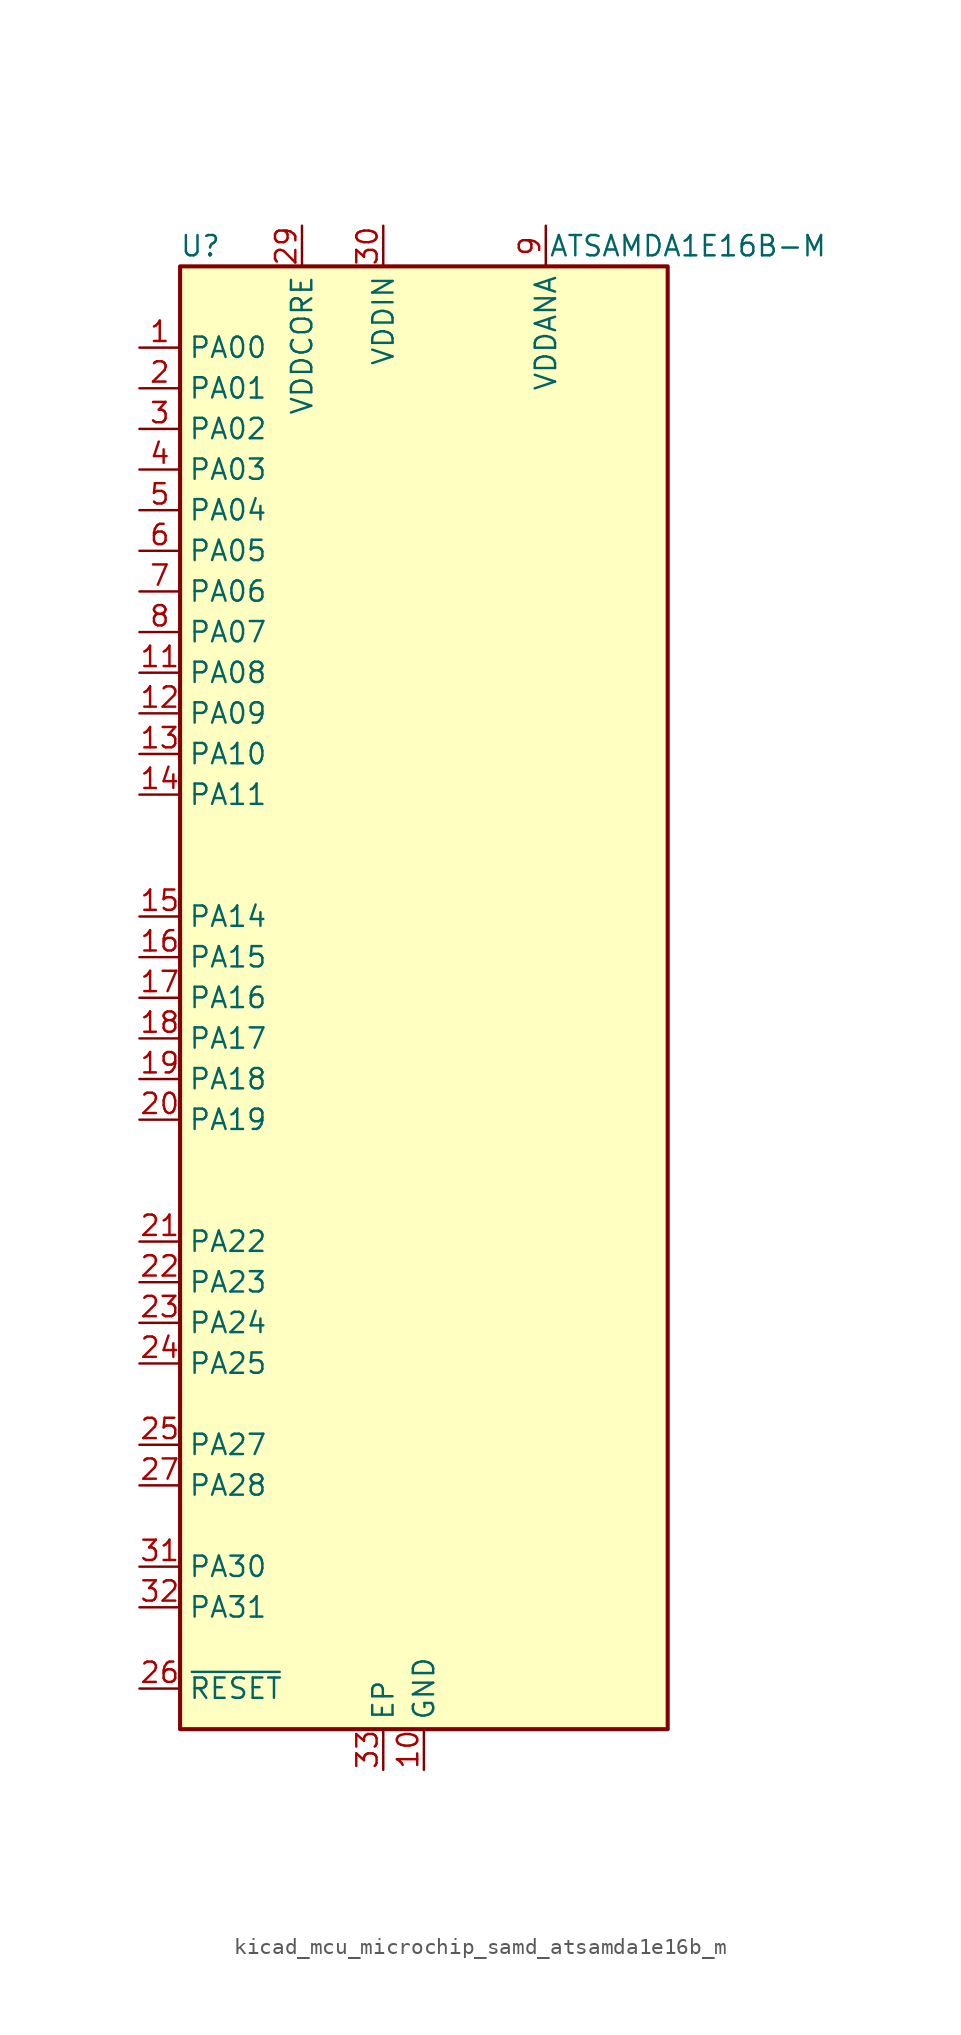
<source format=kicad_sym>
(kicad_symbol_lib
  (version 20220914)
  (generator kicad_symbol_editor)
  (symbol "kicad_mcu_microchip_samd_atsamda1e16b_m"
    (property "Reference" "U"
      (at -13.97 46.99 0)
      (effects (font (size 1.27 1.27))))
    (property "Value" "ATSAMDA1E16B-M"
      (at 16.51 46.99 0)
      (effects (font (size 1.27 1.27))))
    (symbol "kicad_mcu_microchip_samd_atsamda1e16b_m_1_1"
      (rectangle (start -15.24 45.72) (end 15.24 -45.72) (stroke (width 0.254) (type default)) (fill (type background)))
      (pin bidirectional line (at -17.78 40.64 0) (length 2.54) (name "PA00" (effects (font (size 1.27 1.27)))) (number "1" (effects (font (size 1.27 1.27)))))
      (pin power_in line (at 0 -48.26 90) (length 2.54) (name "GND" (effects (font (size 1.27 1.27)))) (number "10" (effects (font (size 1.27 1.27)))))
      (pin bidirectional line (at -17.78 20.32 0) (length 2.54) (name "PA08" (effects (font (size 1.27 1.27)))) (number "11" (effects (font (size 1.27 1.27)))))
      (pin bidirectional line (at -17.78 17.78 0) (length 2.54) (name "PA09" (effects (font (size 1.27 1.27)))) (number "12" (effects (font (size 1.27 1.27)))))
      (pin bidirectional line (at -17.78 15.24 0) (length 2.54) (name "PA10" (effects (font (size 1.27 1.27)))) (number "13" (effects (font (size 1.27 1.27)))))
      (pin bidirectional line (at -17.78 12.7 0) (length 2.54) (name "PA11" (effects (font (size 1.27 1.27)))) (number "14" (effects (font (size 1.27 1.27)))))
      (pin bidirectional line (at -17.78 5.08 0) (length 2.54) (name "PA14" (effects (font (size 1.27 1.27)))) (number "15" (effects (font (size 1.27 1.27)))))
      (pin bidirectional line (at -17.78 2.54 0) (length 2.54) (name "PA15" (effects (font (size 1.27 1.27)))) (number "16" (effects (font (size 1.27 1.27)))))
      (pin bidirectional line (at -17.78 0 0) (length 2.54) (name "PA16" (effects (font (size 1.27 1.27)))) (number "17" (effects (font (size 1.27 1.27)))))
      (pin bidirectional line (at -17.78 -2.54 0) (length 2.54) (name "PA17" (effects (font (size 1.27 1.27)))) (number "18" (effects (font (size 1.27 1.27)))))
      (pin bidirectional line (at -17.78 -5.08 0) (length 2.54) (name "PA18" (effects (font (size 1.27 1.27)))) (number "19" (effects (font (size 1.27 1.27)))))
      (pin bidirectional line (at -17.78 38.1 0) (length 2.54) (name "PA01" (effects (font (size 1.27 1.27)))) (number "2" (effects (font (size 1.27 1.27)))))
      (pin bidirectional line (at -17.78 -7.62 0) (length 2.54) (name "PA19" (effects (font (size 1.27 1.27)))) (number "20" (effects (font (size 1.27 1.27)))))
      (pin bidirectional line (at -17.78 -15.24 0) (length 2.54) (name "PA22" (effects (font (size 1.27 1.27)))) (number "21" (effects (font (size 1.27 1.27)))))
      (pin bidirectional line (at -17.78 -17.78 0) (length 2.54) (name "PA23" (effects (font (size 1.27 1.27)))) (number "22" (effects (font (size 1.27 1.27)))))
      (pin bidirectional line (at -17.78 -20.32 0) (length 2.54) (name "PA24" (effects (font (size 1.27 1.27)))) (number "23" (effects (font (size 1.27 1.27)))))
      (pin bidirectional line (at -17.78 -22.86 0) (length 2.54) (name "PA25" (effects (font (size 1.27 1.27)))) (number "24" (effects (font (size 1.27 1.27)))))
      (pin bidirectional line (at -17.78 -27.94 0) (length 2.54) (name "PA27" (effects (font (size 1.27 1.27)))) (number "25" (effects (font (size 1.27 1.27)))))
      (pin input line (at -17.78 -43.18 0) (length 2.54) (name "~{RESET}" (effects (font (size 1.27 1.27)))) (number "26" (effects (font (size 1.27 1.27)))))
      (pin bidirectional line (at -17.78 -30.48 0) (length 2.54) (name "PA28" (effects (font (size 1.27 1.27)))) (number "27" (effects (font (size 1.27 1.27)))))
      (pin passive line (at 0 -48.26 90) (length 2.54) hide (name "GND" (effects (font (size 1.27 1.27)))) (number "28" (effects (font (size 1.27 1.27)))))
      (pin power_out line (at -7.62 48.26 270) (length 2.54) (name "VDDCORE" (effects (font (size 1.27 1.27)))) (number "29" (effects (font (size 1.27 1.27)))))
      (pin bidirectional line (at -17.78 35.56 0) (length 2.54) (name "PA02" (effects (font (size 1.27 1.27)))) (number "3" (effects (font (size 1.27 1.27)))))
      (pin power_in line (at -2.54 48.26 270) (length 2.54) (name "VDDIN" (effects (font (size 1.27 1.27)))) (number "30" (effects (font (size 1.27 1.27)))))
      (pin bidirectional line (at -17.78 -35.56 0) (length 2.54) (name "PA30" (effects (font (size 1.27 1.27)))) (number "31" (effects (font (size 1.27 1.27)))))
      (pin bidirectional line (at -17.78 -38.1 0) (length 2.54) (name "PA31" (effects (font (size 1.27 1.27)))) (number "32" (effects (font (size 1.27 1.27)))))
      (pin passive line (at -2.54 -48.26 90) (length 2.54) (name "EP" (effects (font (size 1.27 1.27)))) (number "33" (effects (font (size 1.27 1.27)))))
      (pin bidirectional line (at -17.78 33.02 0) (length 2.54) (name "PA03" (effects (font (size 1.27 1.27)))) (number "4" (effects (font (size 1.27 1.27)))))
      (pin bidirectional line (at -17.78 30.48 0) (length 2.54) (name "PA04" (effects (font (size 1.27 1.27)))) (number "5" (effects (font (size 1.27 1.27)))))
      (pin bidirectional line (at -17.78 27.94 0) (length 2.54) (name "PA05" (effects (font (size 1.27 1.27)))) (number "6" (effects (font (size 1.27 1.27)))))
      (pin bidirectional line (at -17.78 25.4 0) (length 2.54) (name "PA06" (effects (font (size 1.27 1.27)))) (number "7" (effects (font (size 1.27 1.27)))))
      (pin bidirectional line (at -17.78 22.86 0) (length 2.54) (name "PA07" (effects (font (size 1.27 1.27)))) (number "8" (effects (font (size 1.27 1.27)))))
      (pin power_in line (at 7.62 48.26 270) (length 2.54) (name "VDDANA" (effects (font (size 1.27 1.27)))) (number "9" (effects (font (size 1.27 1.27))))))))
</source>
